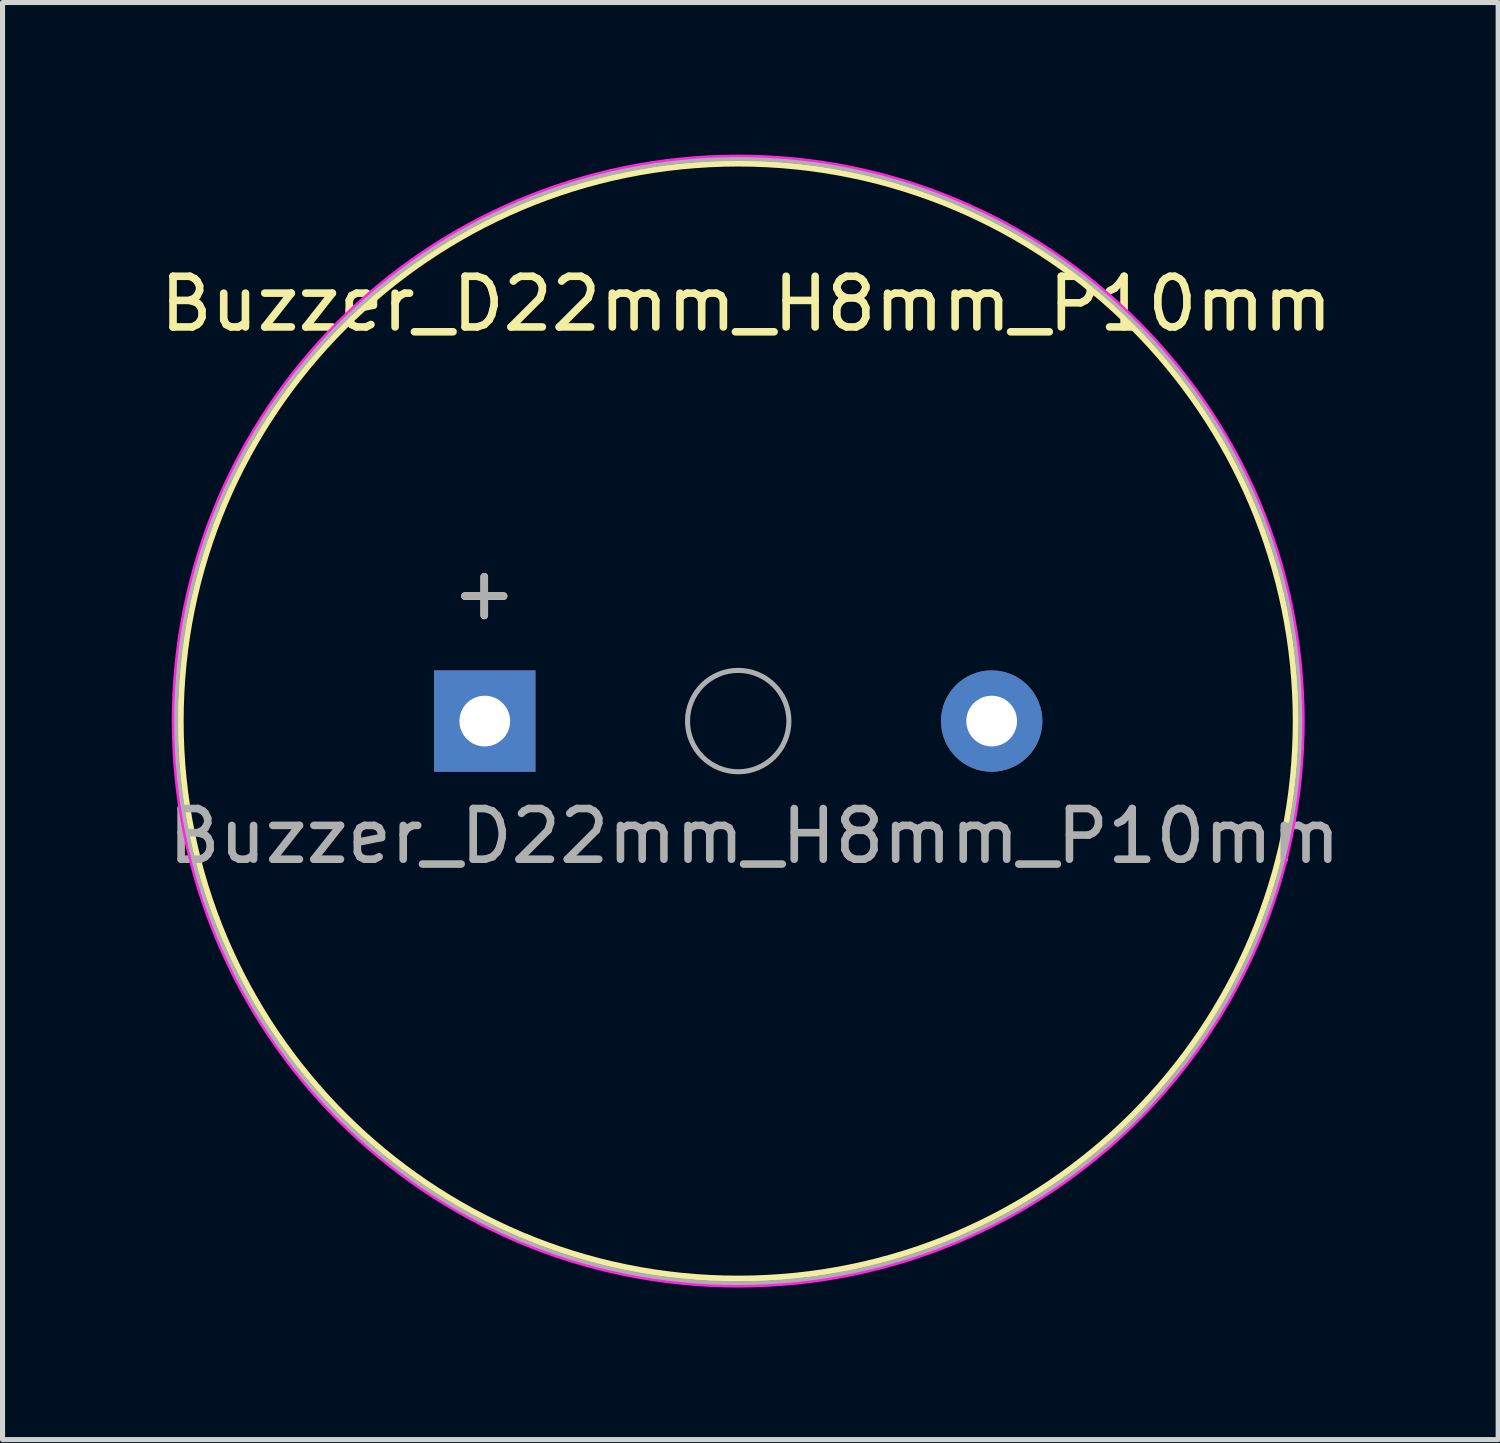
<source format=kicad_pcb>
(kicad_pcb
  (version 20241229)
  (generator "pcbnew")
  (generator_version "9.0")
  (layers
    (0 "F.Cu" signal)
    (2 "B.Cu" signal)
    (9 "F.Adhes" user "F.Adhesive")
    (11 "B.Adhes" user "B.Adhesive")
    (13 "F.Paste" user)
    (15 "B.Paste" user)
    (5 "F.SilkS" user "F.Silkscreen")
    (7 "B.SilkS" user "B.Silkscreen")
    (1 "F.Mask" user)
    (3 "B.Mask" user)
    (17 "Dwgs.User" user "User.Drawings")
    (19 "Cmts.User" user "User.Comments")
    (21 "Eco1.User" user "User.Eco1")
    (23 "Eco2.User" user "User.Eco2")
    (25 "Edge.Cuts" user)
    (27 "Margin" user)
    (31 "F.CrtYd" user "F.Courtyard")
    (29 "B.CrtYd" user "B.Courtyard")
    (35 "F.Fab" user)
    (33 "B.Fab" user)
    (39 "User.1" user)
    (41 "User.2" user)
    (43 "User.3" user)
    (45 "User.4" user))
  (footprint "Buzzer_D22mm_H8mm_P10mm"
    (layer "F.Cu")
    (at 6.513 11.175)
    (property "Reference" "Buzzer_D22mm_H8mm_P10mm" (at 5.16 -8.23 0) (layer "F.SilkS") (effects (font (size 1 1) (thickness 0.15))))
    (attr through_hole)
    (fp_circle (center 5 0) (end 16 0) (stroke (width 0.12) (type solid)) (fill no) (layer "F.SilkS"))
    (fp_circle (center 5 0) (end 16.15 0) (stroke (width 0.05) (type solid)) (fill no) (layer "F.CrtYd"))
    (fp_circle (center 5 0) (end 6 0) (stroke (width 0.1) (type solid)) (fill no) (layer "F.Fab"))
    (fp_circle (center 5 0) (end 16.1 0) (stroke (width 0.1) (type solid)) (fill no) (layer "F.Fab"))
    (fp_text user "+" (at -0.01 -2.54 0) (layer "F.SilkS") (effects (font (size 1 1) (thickness 0.15))))
    (fp_text user "${REFERENCE}" (at 5.32 2.27 0) (layer "F.Fab") (effects (font (size 1 1) (thickness 0.15))))
    (fp_text user "+" (at -0.01 -2.54 0) (layer "F.Fab") (effects (font (size 1 1) (thickness 0.15))))
    (pad "1" thru_hole rect (at 0 0) (size 2 2) (drill 1) (layers "*.Cu" "*.Mask"))
    (pad "2" thru_hole circle (at 10 0) (size 2 2) (drill 1) (layers "*.Cu" "*.Mask")))
  (gr_rect
    (start -3 -3)
    (end 26.505 25.35)
    (stroke (width 0.1) (type default))
    (fill no)
    (layer "Edge.Cuts")))
</source>
